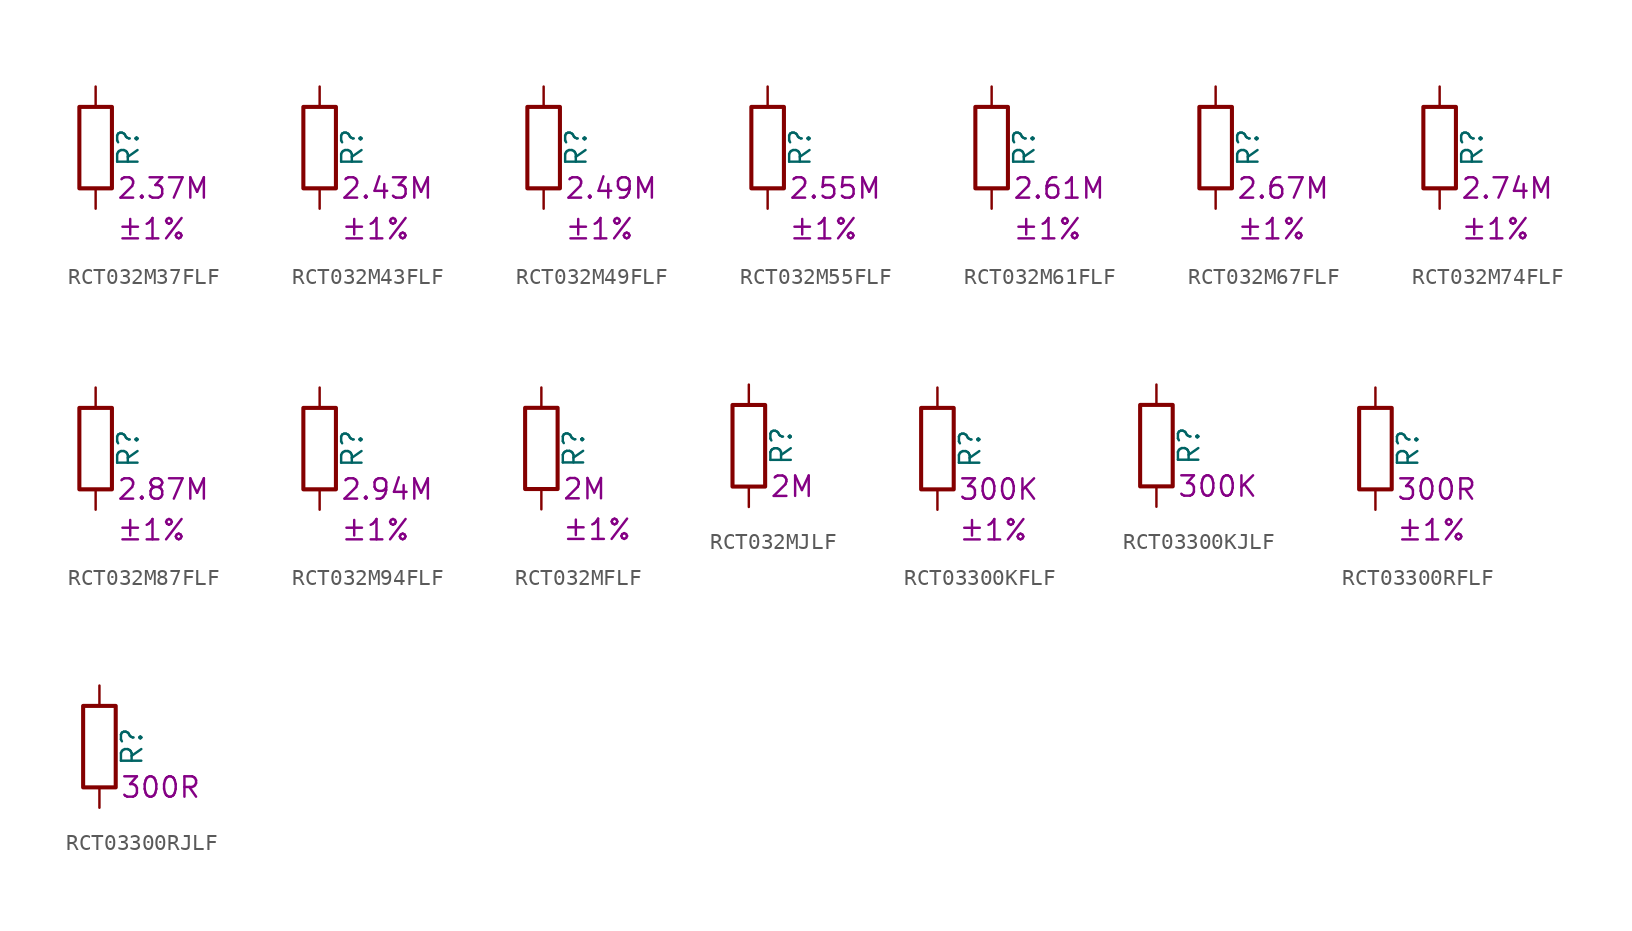
<source format=kicad_sym>
(kicad_symbol_lib
  (version 20220914)
  (generator kicad_symbol_editor)
  (symbol "RCT032M37FLF"
    (pin_numbers hide)
    (pin_names
      (offset 0))
    (property "Reference" "R"
      (at 2.032 0 90)
      (effects (font (size 1.27 1.27))))
    (property "Resistance" "2.37M"
      (at 1.27 -2.54 0)
      (effects (font (size 1.27 1.27)) (justify left)))
    (property "Tolerance" "±1%"
      (at 1.27 -5.08 0)
      (effects (font (size 1.27 1.27)) (justify left)))
    (symbol "RCT032M37FLF_0_1"
      (rectangle (start -1.016 -2.54) (end 1.016 2.54) (stroke (width 0.254) (type default)) (fill (type none))))
    (symbol "RCT032M37FLF_1_1"
      (pin passive line (at 0 3.81 270) (length 1.27) (name "~" (effects (font (size 1.27 1.27)))) (number "1" (effects (font (size 1.27 1.27)))))
      (pin passive line (at 0 -3.81 90) (length 1.27) (name "~" (effects (font (size 1.27 1.27)))) (number "2" (effects (font (size 1.27 1.27)))))))
  (symbol "RCT032M43FLF"
    (pin_numbers hide)
    (pin_names
      (offset 0))
    (property "Reference" "R"
      (at 2.032 0 90)
      (effects (font (size 1.27 1.27))))
    (property "Resistance" "2.43M"
      (at 1.27 -2.54 0)
      (effects (font (size 1.27 1.27)) (justify left)))
    (property "Tolerance" "±1%"
      (at 1.27 -5.08 0)
      (effects (font (size 1.27 1.27)) (justify left)))
    (symbol "RCT032M43FLF_0_1"
      (rectangle (start -1.016 -2.54) (end 1.016 2.54) (stroke (width 0.254) (type default)) (fill (type none))))
    (symbol "RCT032M43FLF_1_1"
      (pin passive line (at 0 3.81 270) (length 1.27) (name "~" (effects (font (size 1.27 1.27)))) (number "1" (effects (font (size 1.27 1.27)))))
      (pin passive line (at 0 -3.81 90) (length 1.27) (name "~" (effects (font (size 1.27 1.27)))) (number "2" (effects (font (size 1.27 1.27)))))))
  (symbol "RCT032M49FLF"
    (pin_numbers hide)
    (pin_names
      (offset 0))
    (property "Reference" "R"
      (at 2.032 0 90)
      (effects (font (size 1.27 1.27))))
    (property "Resistance" "2.49M"
      (at 1.27 -2.54 0)
      (effects (font (size 1.27 1.27)) (justify left)))
    (property "Tolerance" "±1%"
      (at 1.27 -5.08 0)
      (effects (font (size 1.27 1.27)) (justify left)))
    (symbol "RCT032M49FLF_0_1"
      (rectangle (start -1.016 -2.54) (end 1.016 2.54) (stroke (width 0.254) (type default)) (fill (type none))))
    (symbol "RCT032M49FLF_1_1"
      (pin passive line (at 0 3.81 270) (length 1.27) (name "~" (effects (font (size 1.27 1.27)))) (number "1" (effects (font (size 1.27 1.27)))))
      (pin passive line (at 0 -3.81 90) (length 1.27) (name "~" (effects (font (size 1.27 1.27)))) (number "2" (effects (font (size 1.27 1.27)))))))
  (symbol "RCT032M55FLF"
    (pin_numbers hide)
    (pin_names
      (offset 0))
    (property "Reference" "R"
      (at 2.032 0 90)
      (effects (font (size 1.27 1.27))))
    (property "Resistance" "2.55M"
      (at 1.27 -2.54 0)
      (effects (font (size 1.27 1.27)) (justify left)))
    (property "Tolerance" "±1%"
      (at 1.27 -5.08 0)
      (effects (font (size 1.27 1.27)) (justify left)))
    (symbol "RCT032M55FLF_0_1"
      (rectangle (start -1.016 -2.54) (end 1.016 2.54) (stroke (width 0.254) (type default)) (fill (type none))))
    (symbol "RCT032M55FLF_1_1"
      (pin passive line (at 0 3.81 270) (length 1.27) (name "~" (effects (font (size 1.27 1.27)))) (number "1" (effects (font (size 1.27 1.27)))))
      (pin passive line (at 0 -3.81 90) (length 1.27) (name "~" (effects (font (size 1.27 1.27)))) (number "2" (effects (font (size 1.27 1.27)))))))
  (symbol "RCT032M61FLF"
    (pin_numbers hide)
    (pin_names
      (offset 0))
    (property "Reference" "R"
      (at 2.032 0 90)
      (effects (font (size 1.27 1.27))))
    (property "Resistance" "2.61M"
      (at 1.27 -2.54 0)
      (effects (font (size 1.27 1.27)) (justify left)))
    (property "Tolerance" "±1%"
      (at 1.27 -5.08 0)
      (effects (font (size 1.27 1.27)) (justify left)))
    (symbol "RCT032M61FLF_0_1"
      (rectangle (start -1.016 -2.54) (end 1.016 2.54) (stroke (width 0.254) (type default)) (fill (type none))))
    (symbol "RCT032M61FLF_1_1"
      (pin passive line (at 0 3.81 270) (length 1.27) (name "~" (effects (font (size 1.27 1.27)))) (number "1" (effects (font (size 1.27 1.27)))))
      (pin passive line (at 0 -3.81 90) (length 1.27) (name "~" (effects (font (size 1.27 1.27)))) (number "2" (effects (font (size 1.27 1.27)))))))
  (symbol "RCT032M67FLF"
    (pin_numbers hide)
    (pin_names
      (offset 0))
    (property "Reference" "R"
      (at 2.032 0 90)
      (effects (font (size 1.27 1.27))))
    (property "Resistance" "2.67M"
      (at 1.27 -2.54 0)
      (effects (font (size 1.27 1.27)) (justify left)))
    (property "Tolerance" "±1%"
      (at 1.27 -5.08 0)
      (effects (font (size 1.27 1.27)) (justify left)))
    (symbol "RCT032M67FLF_0_1"
      (rectangle (start -1.016 -2.54) (end 1.016 2.54) (stroke (width 0.254) (type default)) (fill (type none))))
    (symbol "RCT032M67FLF_1_1"
      (pin passive line (at 0 3.81 270) (length 1.27) (name "~" (effects (font (size 1.27 1.27)))) (number "1" (effects (font (size 1.27 1.27)))))
      (pin passive line (at 0 -3.81 90) (length 1.27) (name "~" (effects (font (size 1.27 1.27)))) (number "2" (effects (font (size 1.27 1.27)))))))
  (symbol "RCT032M74FLF"
    (pin_numbers hide)
    (pin_names
      (offset 0))
    (property "Reference" "R"
      (at 2.032 0 90)
      (effects (font (size 1.27 1.27))))
    (property "Resistance" "2.74M"
      (at 1.27 -2.54 0)
      (effects (font (size 1.27 1.27)) (justify left)))
    (property "Tolerance" "±1%"
      (at 1.27 -5.08 0)
      (effects (font (size 1.27 1.27)) (justify left)))
    (symbol "RCT032M74FLF_0_1"
      (rectangle (start -1.016 -2.54) (end 1.016 2.54) (stroke (width 0.254) (type default)) (fill (type none))))
    (symbol "RCT032M74FLF_1_1"
      (pin passive line (at 0 3.81 270) (length 1.27) (name "~" (effects (font (size 1.27 1.27)))) (number "1" (effects (font (size 1.27 1.27)))))
      (pin passive line (at 0 -3.81 90) (length 1.27) (name "~" (effects (font (size 1.27 1.27)))) (number "2" (effects (font (size 1.27 1.27)))))))
  (symbol "RCT032M87FLF"
    (pin_numbers hide)
    (pin_names
      (offset 0))
    (property "Reference" "R"
      (at 2.032 0 90)
      (effects (font (size 1.27 1.27))))
    (property "Resistance" "2.87M"
      (at 1.27 -2.54 0)
      (effects (font (size 1.27 1.27)) (justify left)))
    (property "Tolerance" "±1%"
      (at 1.27 -5.08 0)
      (effects (font (size 1.27 1.27)) (justify left)))
    (symbol "RCT032M87FLF_0_1"
      (rectangle (start -1.016 -2.54) (end 1.016 2.54) (stroke (width 0.254) (type default)) (fill (type none))))
    (symbol "RCT032M87FLF_1_1"
      (pin passive line (at 0 3.81 270) (length 1.27) (name "~" (effects (font (size 1.27 1.27)))) (number "1" (effects (font (size 1.27 1.27)))))
      (pin passive line (at 0 -3.81 90) (length 1.27) (name "~" (effects (font (size 1.27 1.27)))) (number "2" (effects (font (size 1.27 1.27)))))))
  (symbol "RCT032M94FLF"
    (pin_numbers hide)
    (pin_names
      (offset 0))
    (property "Reference" "R"
      (at 2.032 0 90)
      (effects (font (size 1.27 1.27))))
    (property "Resistance" "2.94M"
      (at 1.27 -2.54 0)
      (effects (font (size 1.27 1.27)) (justify left)))
    (property "Tolerance" "±1%"
      (at 1.27 -5.08 0)
      (effects (font (size 1.27 1.27)) (justify left)))
    (symbol "RCT032M94FLF_0_1"
      (rectangle (start -1.016 -2.54) (end 1.016 2.54) (stroke (width 0.254) (type default)) (fill (type none))))
    (symbol "RCT032M94FLF_1_1"
      (pin passive line (at 0 3.81 270) (length 1.27) (name "~" (effects (font (size 1.27 1.27)))) (number "1" (effects (font (size 1.27 1.27)))))
      (pin passive line (at 0 -3.81 90) (length 1.27) (name "~" (effects (font (size 1.27 1.27)))) (number "2" (effects (font (size 1.27 1.27)))))))
  (symbol "RCT032MFLF"
    (pin_numbers hide)
    (pin_names
      (offset 0))
    (property "Reference" "R"
      (at 2.032 0 90)
      (effects (font (size 1.27 1.27))))
    (property "Resistance" "2M"
      (at 1.27 -2.54 0)
      (effects (font (size 1.27 1.27)) (justify left)))
    (property "Tolerance" "±1%"
      (at 1.27 -5.08 0)
      (effects (font (size 1.27 1.27)) (justify left)))
    (symbol "RCT032MFLF_0_1"
      (rectangle (start -1.016 -2.54) (end 1.016 2.54) (stroke (width 0.254) (type default)) (fill (type none))))
    (symbol "RCT032MFLF_1_1"
      (pin passive line (at 0 3.81 270) (length 1.27) (name "~" (effects (font (size 1.27 1.27)))) (number "1" (effects (font (size 1.27 1.27)))))
      (pin passive line (at 0 -3.81 90) (length 1.27) (name "~" (effects (font (size 1.27 1.27)))) (number "2" (effects (font (size 1.27 1.27)))))))
  (symbol "RCT032MJLF"
    (pin_numbers hide)
    (pin_names
      (offset 0))
    (property "Reference" "R"
      (at 2.032 0 90)
      (effects (font (size 1.27 1.27))))
    (property "Resistance" "2M"
      (at 1.27 -2.54 0)
      (effects (font (size 1.27 1.27)) (justify left)))
    (symbol "RCT032MJLF_0_1"
      (rectangle (start -1.016 -2.54) (end 1.016 2.54) (stroke (width 0.254) (type default)) (fill (type none))))
    (symbol "RCT032MJLF_1_1"
      (pin passive line (at 0 3.81 270) (length 1.27) (name "~" (effects (font (size 1.27 1.27)))) (number "1" (effects (font (size 1.27 1.27)))))
      (pin passive line (at 0 -3.81 90) (length 1.27) (name "~" (effects (font (size 1.27 1.27)))) (number "2" (effects (font (size 1.27 1.27)))))))
  (symbol "RCT03300KFLF"
    (pin_numbers hide)
    (pin_names
      (offset 0))
    (property "Reference" "R"
      (at 2.032 0 90)
      (effects (font (size 1.27 1.27))))
    (property "Resistance" "300K"
      (at 1.27 -2.54 0)
      (effects (font (size 1.27 1.27)) (justify left)))
    (property "Tolerance" "±1%"
      (at 1.27 -5.08 0)
      (effects (font (size 1.27 1.27)) (justify left)))
    (symbol "RCT03300KFLF_0_1"
      (rectangle (start -1.016 -2.54) (end 1.016 2.54) (stroke (width 0.254) (type default)) (fill (type none))))
    (symbol "RCT03300KFLF_1_1"
      (pin passive line (at 0 3.81 270) (length 1.27) (name "~" (effects (font (size 1.27 1.27)))) (number "1" (effects (font (size 1.27 1.27)))))
      (pin passive line (at 0 -3.81 90) (length 1.27) (name "~" (effects (font (size 1.27 1.27)))) (number "2" (effects (font (size 1.27 1.27)))))))
  (symbol "RCT03300KJLF"
    (pin_numbers hide)
    (pin_names
      (offset 0))
    (property "Reference" "R"
      (at 2.032 0 90)
      (effects (font (size 1.27 1.27))))
    (property "Resistance" "300K"
      (at 1.27 -2.54 0)
      (effects (font (size 1.27 1.27)) (justify left)))
    (symbol "RCT03300KJLF_0_1"
      (rectangle (start -1.016 -2.54) (end 1.016 2.54) (stroke (width 0.254) (type default)) (fill (type none))))
    (symbol "RCT03300KJLF_1_1"
      (pin passive line (at 0 3.81 270) (length 1.27) (name "~" (effects (font (size 1.27 1.27)))) (number "1" (effects (font (size 1.27 1.27)))))
      (pin passive line (at 0 -3.81 90) (length 1.27) (name "~" (effects (font (size 1.27 1.27)))) (number "2" (effects (font (size 1.27 1.27)))))))
  (symbol "RCT03300RFLF"
    (pin_numbers hide)
    (pin_names
      (offset 0))
    (property "Reference" "R"
      (at 2.032 0 90)
      (effects (font (size 1.27 1.27))))
    (property "Resistance" "300R"
      (at 1.27 -2.54 0)
      (effects (font (size 1.27 1.27)) (justify left)))
    (property "Tolerance" "±1%"
      (at 1.27 -5.08 0)
      (effects (font (size 1.27 1.27)) (justify left)))
    (symbol "RCT03300RFLF_0_1"
      (rectangle (start -1.016 -2.54) (end 1.016 2.54) (stroke (width 0.254) (type default)) (fill (type none))))
    (symbol "RCT03300RFLF_1_1"
      (pin passive line (at 0 3.81 270) (length 1.27) (name "~" (effects (font (size 1.27 1.27)))) (number "1" (effects (font (size 1.27 1.27)))))
      (pin passive line (at 0 -3.81 90) (length 1.27) (name "~" (effects (font (size 1.27 1.27)))) (number "2" (effects (font (size 1.27 1.27)))))))
  (symbol "RCT03300RJLF"
    (pin_numbers hide)
    (pin_names
      (offset 0))
    (property "Reference" "R"
      (at 2.032 0 90)
      (effects (font (size 1.27 1.27))))
    (property "Resistance" "300R"
      (at 1.27 -2.54 0)
      (effects (font (size 1.27 1.27)) (justify left)))
    (symbol "RCT03300RJLF_0_1"
      (rectangle (start -1.016 -2.54) (end 1.016 2.54) (stroke (width 0.254) (type default)) (fill (type none))))
    (symbol "RCT03300RJLF_1_1"
      (pin passive line (at 0 3.81 270) (length 1.27) (name "~" (effects (font (size 1.27 1.27)))) (number "1" (effects (font (size 1.27 1.27)))))
      (pin passive line (at 0 -3.81 90) (length 1.27) (name "~" (effects (font (size 1.27 1.27)))) (number "2" (effects (font (size 1.27 1.27))))))))
</source>
